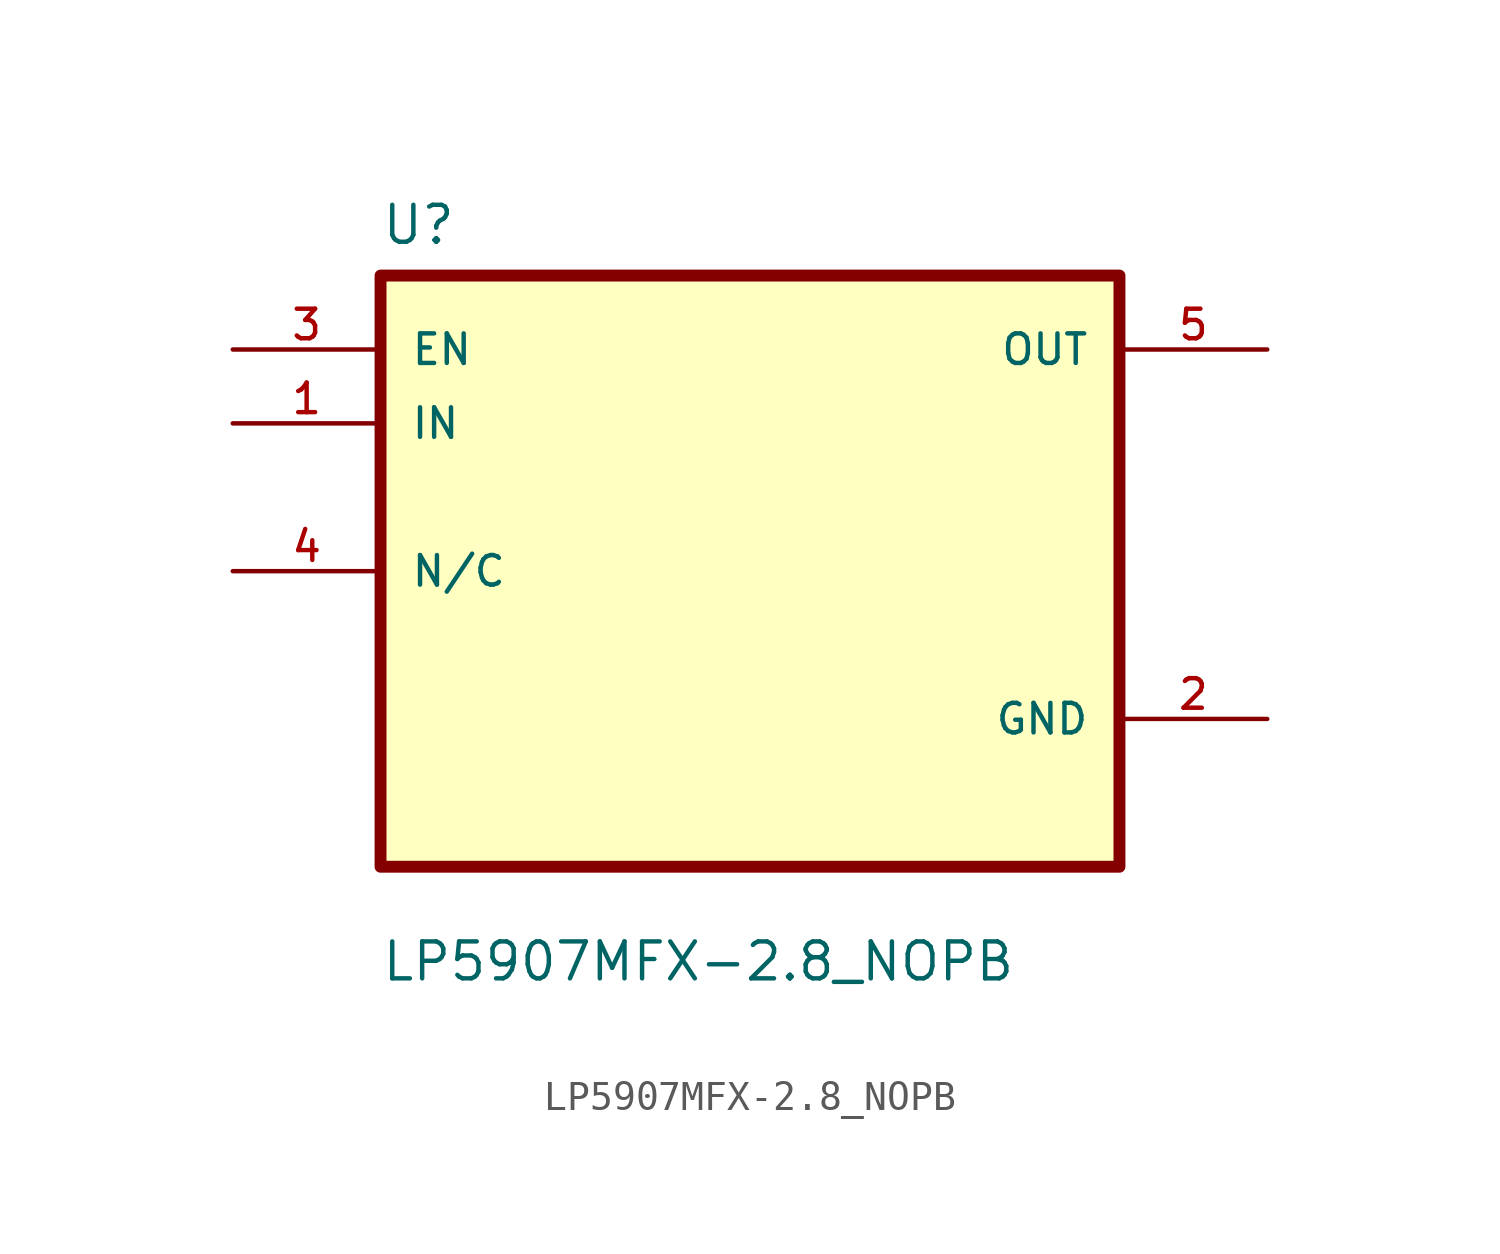
<source format=kicad_sym>
(kicad_symbol_lib
  (version 20241209)
  (generator "kicad_symbol_editor")
  (generator_version "9.0")
  (symbol "LP5907MFX-2.8_NOPB"
    (pin_names
      (offset 1.016))
    (property "Reference" "U"
      (at -12.7 11.16 0)
      (effects (font (size 1.27 1.27)) (justify left bottom)))
    (property "Value" "LP5907MFX-2.8_NOPB"
      (at -12.7 -14.16 0)
      (effects (font (size 1.27 1.27)) (justify left bottom)))
    (symbol "LP5907MFX-2.8_NOPB_0_0"
      (rectangle (start -12.7 -10.16) (end 12.7 10.16) (stroke (width 0.41) (type default)) (fill (type background)))
      (pin input line (at -17.78 7.62 0) (length 5.08) (name "EN" (effects (font (size 1.016 1.016)))) (number "3" (effects (font (size 1.016 1.016)))))
      (pin input line (at -17.78 5.08 0) (length 5.08) (name "IN" (effects (font (size 1.016 1.016)))) (number "1" (effects (font (size 1.016 1.016)))))
      (pin bidirectional line (at -17.78 0 0) (length 5.08) (name "N/C" (effects (font (size 1.016 1.016)))) (number "4" (effects (font (size 1.016 1.016)))))
      (pin power_out line (at 17.78 7.62 180) (length 5.08) (name "OUT" (effects (font (size 1.016 1.016)))) (number "5" (effects (font (size 1.016 1.016)))))
      (pin power_in line (at 17.78 -5.08 180) (length 5.08) (name "GND" (effects (font (size 1.016 1.016)))) (number "2" (effects (font (size 1.016 1.016))))))))
</source>
